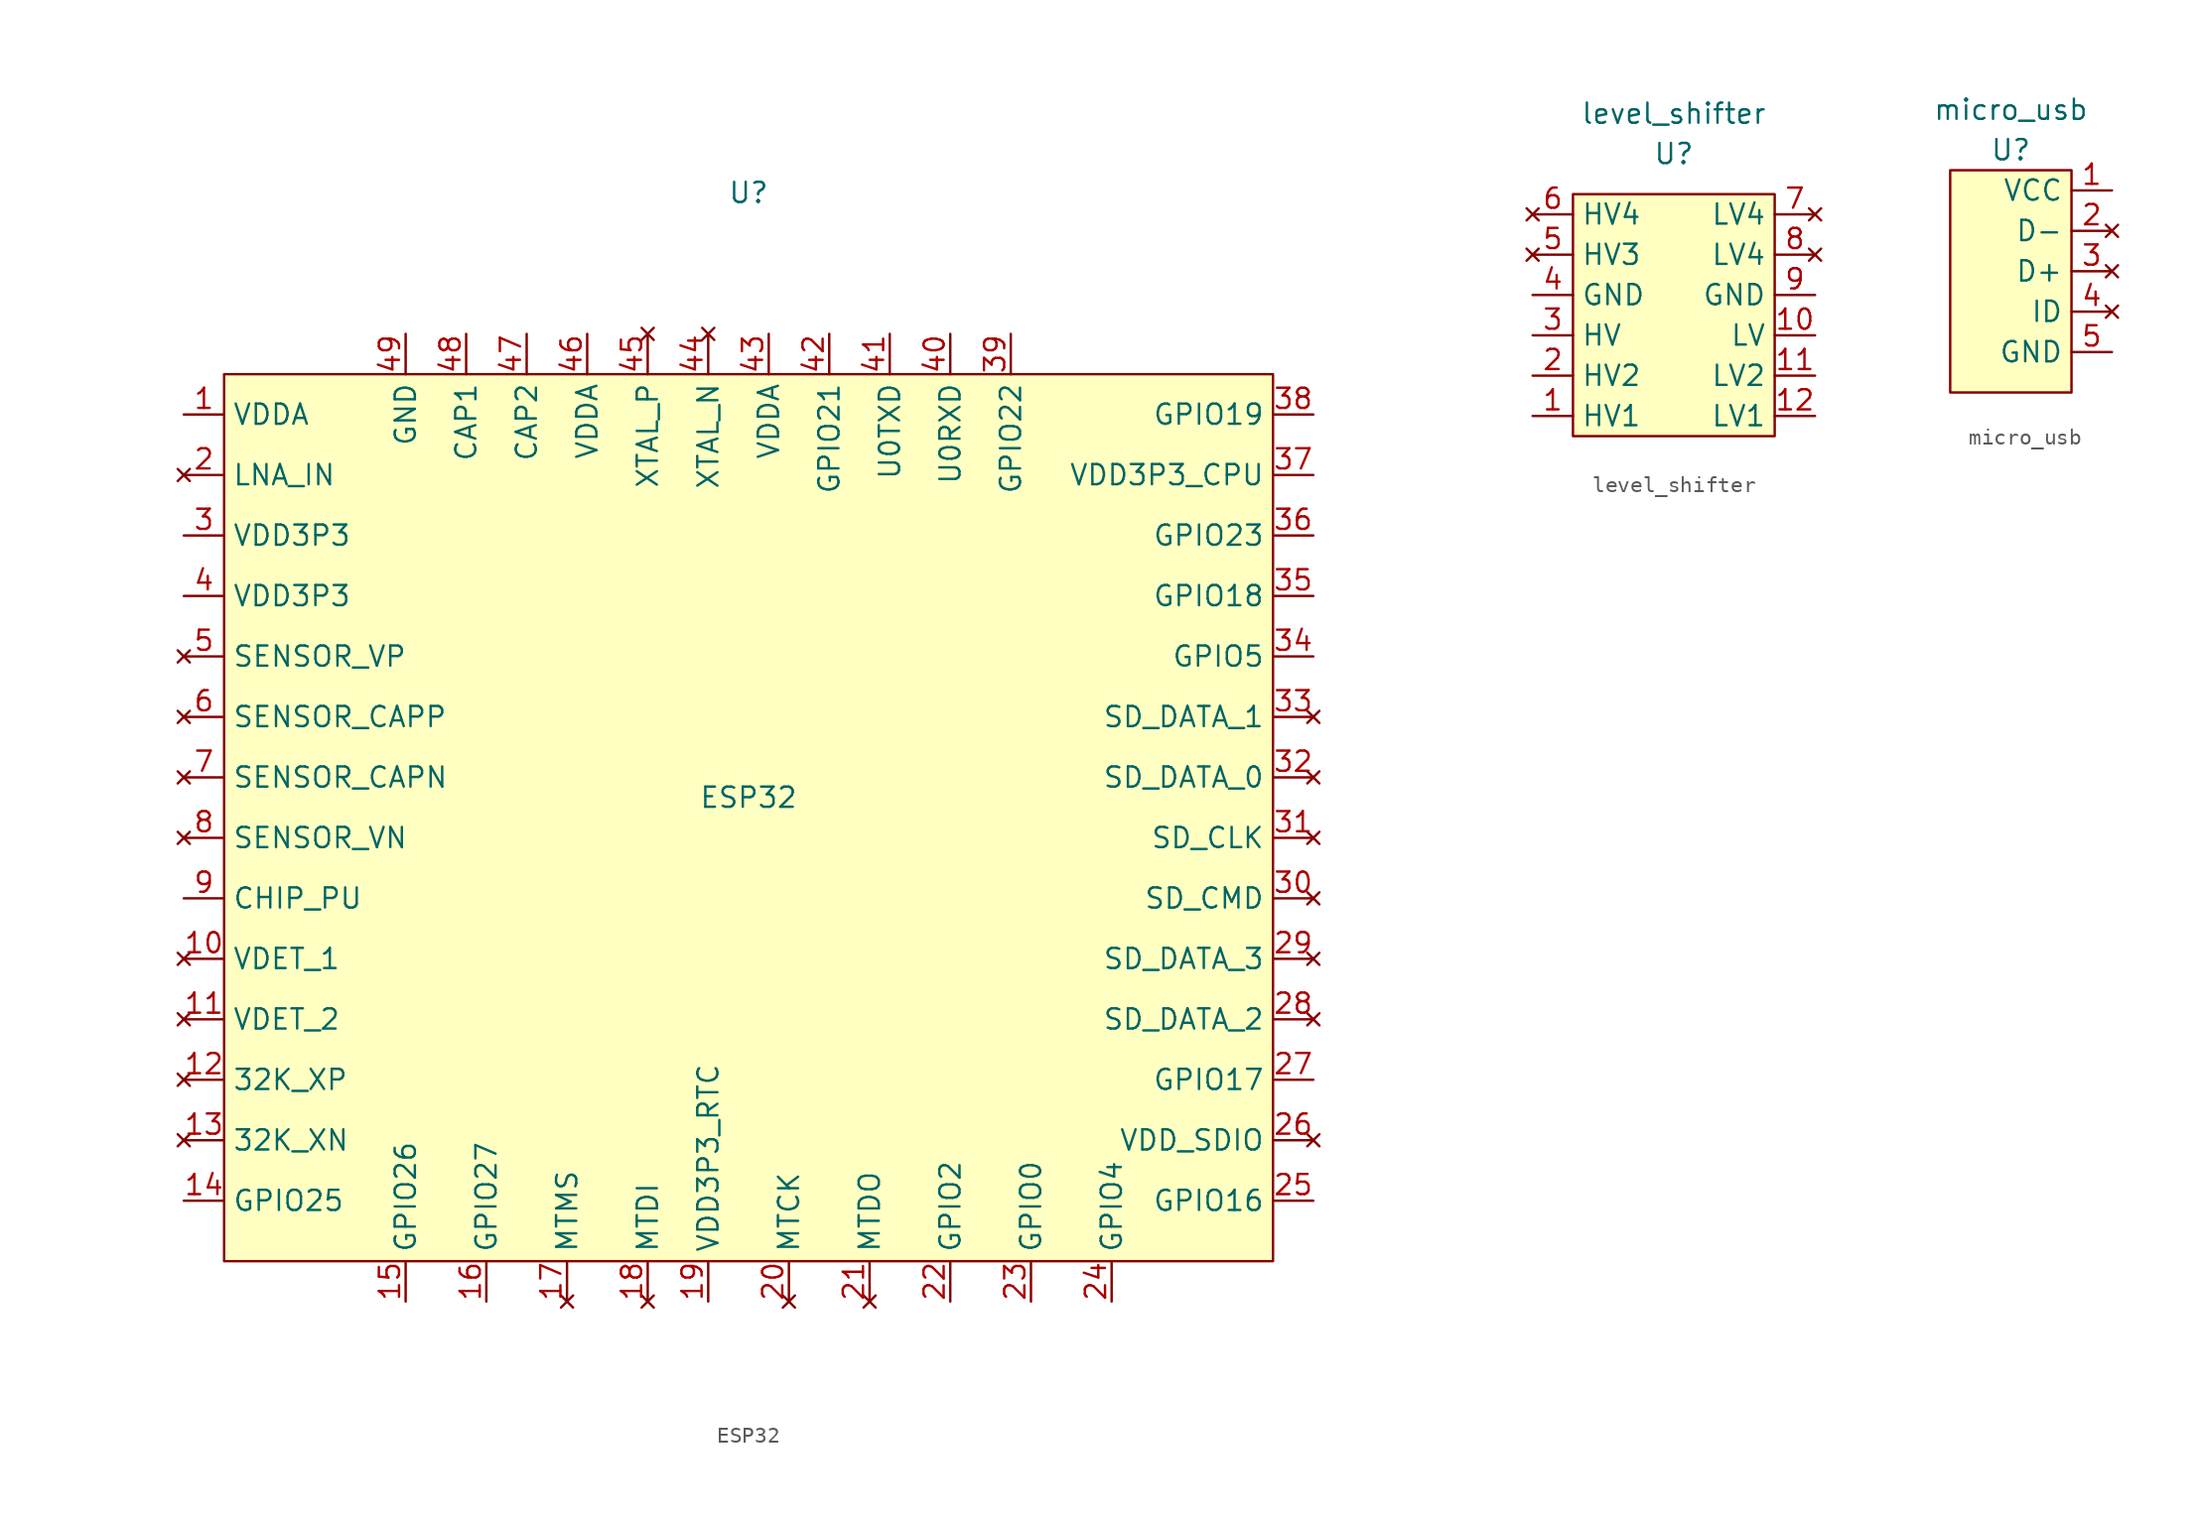
<source format=kicad_sym>
(kicad_symbol_lib
  (version 20211014)
  (generator kicad_symbol_editor)
  (symbol "ESP32"
    (property "Reference" "U"
      (at 33.02 11.43 0)
      (effects (font (size 1.27 1.27))))
    (property "Value" "ESP32"
      (at 33.02 -26.67 0)
      (effects (font (size 1.27 1.27))))
    (symbol "ESP32_0_1"
      (rectangle (start 0 0) (end 66.04 -55.88) (stroke (width 0) (type default) (color 0 0 0 0)) (fill (type background))))
    (symbol "ESP32_1_1"
      (pin power_in line (at -2.54 -2.54 0) (length 2.54) (name "VDDA" (effects (font (size 1.27 1.27)))) (number "1" (effects (font (size 1.27 1.27)))))
      (pin no_connect line (at -2.54 -36.83 0) (length 2.54) (name "VDET_1" (effects (font (size 1.27 1.27)))) (number "10" (effects (font (size 1.27 1.27)))))
      (pin no_connect line (at -2.54 -40.64 0) (length 2.54) (name "VDET_2" (effects (font (size 1.27 1.27)))) (number "11" (effects (font (size 1.27 1.27)))))
      (pin no_connect line (at -2.54 -44.45 0) (length 2.54) (name "32K_XP" (effects (font (size 1.27 1.27)))) (number "12" (effects (font (size 1.27 1.27)))))
      (pin no_connect line (at -2.54 -48.26 0) (length 2.54) (name "32K_XN" (effects (font (size 1.27 1.27)))) (number "13" (effects (font (size 1.27 1.27)))))
      (pin bidirectional line (at -2.54 -52.07 0) (length 2.54) (name "GPIO25" (effects (font (size 1.27 1.27)))) (number "14" (effects (font (size 1.27 1.27)))))
      (pin bidirectional line (at 11.43 -58.42 90) (length 2.54) (name "GPIO26" (effects (font (size 1.27 1.27)))) (number "15" (effects (font (size 1.27 1.27)))))
      (pin bidirectional line (at 16.51 -58.42 90) (length 2.54) (name "GPIO27" (effects (font (size 1.27 1.27)))) (number "16" (effects (font (size 1.27 1.27)))))
      (pin no_connect line (at 21.59 -58.42 90) (length 2.54) (name "MTMS" (effects (font (size 1.27 1.27)))) (number "17" (effects (font (size 1.27 1.27)))))
      (pin no_connect line (at 26.67 -58.42 90) (length 2.54) (name "MTDI" (effects (font (size 1.27 1.27)))) (number "18" (effects (font (size 1.27 1.27)))))
      (pin power_in line (at 30.48 -58.42 90) (length 2.54) (name "VDD3P3_RTC" (effects (font (size 1.27 1.27)))) (number "19" (effects (font (size 1.27 1.27)))))
      (pin no_connect line (at -2.54 -6.35 0) (length 2.54) (name "LNA_IN" (effects (font (size 1.27 1.27)))) (number "2" (effects (font (size 1.27 1.27)))))
      (pin no_connect line (at 35.56 -58.42 90) (length 2.54) (name "MTCK" (effects (font (size 1.27 1.27)))) (number "20" (effects (font (size 1.27 1.27)))))
      (pin no_connect line (at 40.64 -58.42 90) (length 2.54) (name "MTDO" (effects (font (size 1.27 1.27)))) (number "21" (effects (font (size 1.27 1.27)))))
      (pin bidirectional line (at 45.72 -58.42 90) (length 2.54) (name "GPIO2" (effects (font (size 1.27 1.27)))) (number "22" (effects (font (size 1.27 1.27)))))
      (pin bidirectional line (at 50.8 -58.42 90) (length 2.54) (name "GPIO0" (effects (font (size 1.27 1.27)))) (number "23" (effects (font (size 1.27 1.27)))))
      (pin bidirectional line (at 55.88 -58.42 90) (length 2.54) (name "GPIO4" (effects (font (size 1.27 1.27)))) (number "24" (effects (font (size 1.27 1.27)))))
      (pin bidirectional line (at 68.58 -52.07 180) (length 2.54) (name "GPIO16" (effects (font (size 1.27 1.27)))) (number "25" (effects (font (size 1.27 1.27)))))
      (pin no_connect line (at 68.58 -48.26 180) (length 2.54) (name "VDD_SDIO" (effects (font (size 1.27 1.27)))) (number "26" (effects (font (size 1.27 1.27)))))
      (pin bidirectional line (at 68.58 -44.45 180) (length 2.54) (name "GPIO17" (effects (font (size 1.27 1.27)))) (number "27" (effects (font (size 1.27 1.27)))))
      (pin no_connect line (at 68.58 -40.64 180) (length 2.54) (name "SD_DATA_2" (effects (font (size 1.27 1.27)))) (number "28" (effects (font (size 1.27 1.27)))))
      (pin no_connect line (at 68.58 -36.83 180) (length 2.54) (name "SD_DATA_3" (effects (font (size 1.27 1.27)))) (number "29" (effects (font (size 1.27 1.27)))))
      (pin power_in line (at -2.54 -10.16 0) (length 2.54) (name "VDD3P3" (effects (font (size 1.27 1.27)))) (number "3" (effects (font (size 1.27 1.27)))))
      (pin no_connect line (at 68.58 -33.02 180) (length 2.54) (name "SD_CMD" (effects (font (size 1.27 1.27)))) (number "30" (effects (font (size 1.27 1.27)))))
      (pin no_connect line (at 68.58 -29.21 180) (length 2.54) (name "SD_CLK" (effects (font (size 1.27 1.27)))) (number "31" (effects (font (size 1.27 1.27)))))
      (pin no_connect line (at 68.58 -25.4 180) (length 2.54) (name "SD_DATA_0" (effects (font (size 1.27 1.27)))) (number "32" (effects (font (size 1.27 1.27)))))
      (pin no_connect line (at 68.58 -21.59 180) (length 2.54) (name "SD_DATA_1" (effects (font (size 1.27 1.27)))) (number "33" (effects (font (size 1.27 1.27)))))
      (pin bidirectional line (at 68.58 -17.78 180) (length 2.54) (name "GPIO5" (effects (font (size 1.27 1.27)))) (number "34" (effects (font (size 1.27 1.27)))))
      (pin bidirectional line (at 68.58 -13.97 180) (length 2.54) (name "GPIO18" (effects (font (size 1.27 1.27)))) (number "35" (effects (font (size 1.27 1.27)))))
      (pin bidirectional line (at 68.58 -10.16 180) (length 2.54) (name "GPIO23" (effects (font (size 1.27 1.27)))) (number "36" (effects (font (size 1.27 1.27)))))
      (pin power_in line (at 68.58 -6.35 180) (length 2.54) (name "VDD3P3_CPU" (effects (font (size 1.27 1.27)))) (number "37" (effects (font (size 1.27 1.27)))))
      (pin bidirectional line (at 68.58 -2.54 180) (length 2.54) (name "GPIO19" (effects (font (size 1.27 1.27)))) (number "38" (effects (font (size 1.27 1.27)))))
      (pin bidirectional line (at 49.53 2.54 270) (length 2.54) (name "GPIO22" (effects (font (size 1.27 1.27)))) (number "39" (effects (font (size 1.27 1.27)))))
      (pin power_in line (at -2.54 -13.97 0) (length 2.54) (name "VDD3P3" (effects (font (size 1.27 1.27)))) (number "4" (effects (font (size 1.27 1.27)))))
      (pin bidirectional line (at 45.72 2.54 270) (length 2.54) (name "U0RXD" (effects (font (size 1.27 1.27)))) (number "40" (effects (font (size 1.27 1.27)))))
      (pin bidirectional line (at 41.91 2.54 270) (length 2.54) (name "U0TXD" (effects (font (size 1.27 1.27)))) (number "41" (effects (font (size 1.27 1.27)))))
      (pin bidirectional line (at 38.1 2.54 270) (length 2.54) (name "GPIO21" (effects (font (size 1.27 1.27)))) (number "42" (effects (font (size 1.27 1.27)))))
      (pin power_in line (at 34.29 2.54 270) (length 2.54) (name "VDDA" (effects (font (size 1.27 1.27)))) (number "43" (effects (font (size 1.27 1.27)))))
      (pin no_connect line (at 30.48 2.54 270) (length 2.54) (name "XTAL_N" (effects (font (size 1.27 1.27)))) (number "44" (effects (font (size 1.27 1.27)))))
      (pin no_connect line (at 26.67 2.54 270) (length 2.54) (name "XTAL_P" (effects (font (size 1.27 1.27)))) (number "45" (effects (font (size 1.27 1.27)))))
      (pin power_in line (at 22.86 2.54 270) (length 2.54) (name "VDDA" (effects (font (size 1.27 1.27)))) (number "46" (effects (font (size 1.27 1.27)))))
      (pin input line (at 19.05 2.54 270) (length 2.54) (name "CAP2" (effects (font (size 1.27 1.27)))) (number "47" (effects (font (size 1.27 1.27)))))
      (pin input line (at 15.24 2.54 270) (length 2.54) (name "CAP1" (effects (font (size 1.27 1.27)))) (number "48" (effects (font (size 1.27 1.27)))))
      (pin power_in line (at 11.43 2.54 270) (length 2.54) (name "GND" (effects (font (size 1.27 1.27)))) (number "49" (effects (font (size 1.27 1.27)))))
      (pin no_connect line (at -2.54 -17.78 0) (length 2.54) (name "SENSOR_VP" (effects (font (size 1.27 1.27)))) (number "5" (effects (font (size 1.27 1.27)))))
      (pin no_connect line (at -2.54 -21.59 0) (length 2.54) (name "SENSOR_CAPP" (effects (font (size 1.27 1.27)))) (number "6" (effects (font (size 1.27 1.27)))))
      (pin no_connect line (at -2.54 -25.4 0) (length 2.54) (name "SENSOR_CAPN" (effects (font (size 1.27 1.27)))) (number "7" (effects (font (size 1.27 1.27)))))
      (pin no_connect line (at -2.54 -29.21 0) (length 2.54) (name "SENSOR_VN" (effects (font (size 1.27 1.27)))) (number "8" (effects (font (size 1.27 1.27)))))
      (pin input line (at -2.54 -33.02 0) (length 2.54) (name "CHIP_PU" (effects (font (size 1.27 1.27)))) (number "9" (effects (font (size 1.27 1.27)))))))
  (symbol "level_shifter"
    (property "Reference" "U"
      (at 0 0 0)
      (effects (font (size 1.27 1.27))))
    (property "Value" "level_shifter"
      (at 0 2.54 0)
      (effects (font (size 1.27 1.27))))
    (symbol "level_shifter_0_1"
      (rectangle (start -6.35 -2.54) (end 6.35 -17.78) (stroke (width 0) (type default) (color 0 0 0 0)) (fill (type background))))
    (symbol "level_shifter_1_1"
      (pin bidirectional line (at -8.89 -16.51 0) (length 2.54) (name "HV1" (effects (font (size 1.27 1.27)))) (number "1" (effects (font (size 1.27 1.27)))))
      (pin power_in line (at 8.89 -11.43 180) (length 2.54) (name "LV" (effects (font (size 1.27 1.27)))) (number "10" (effects (font (size 1.27 1.27)))))
      (pin bidirectional line (at 8.89 -13.97 180) (length 2.54) (name "LV2" (effects (font (size 1.27 1.27)))) (number "11" (effects (font (size 1.27 1.27)))))
      (pin bidirectional line (at 8.89 -16.51 180) (length 2.54) (name "LV1" (effects (font (size 1.27 1.27)))) (number "12" (effects (font (size 1.27 1.27)))))
      (pin bidirectional line (at -8.89 -13.97 0) (length 2.54) (name "HV2" (effects (font (size 1.27 1.27)))) (number "2" (effects (font (size 1.27 1.27)))))
      (pin power_in line (at -8.89 -11.43 0) (length 2.54) (name "HV" (effects (font (size 1.27 1.27)))) (number "3" (effects (font (size 1.27 1.27)))))
      (pin power_out line (at -8.89 -8.89 0) (length 2.54) (name "GND" (effects (font (size 1.27 1.27)))) (number "4" (effects (font (size 1.27 1.27)))))
      (pin no_connect line (at -8.89 -6.35 0) (length 2.54) (name "HV3" (effects (font (size 1.27 1.27)))) (number "5" (effects (font (size 1.27 1.27)))))
      (pin no_connect line (at -8.89 -3.81 0) (length 2.54) (name "HV4" (effects (font (size 1.27 1.27)))) (number "6" (effects (font (size 1.27 1.27)))))
      (pin no_connect line (at 8.89 -3.81 180) (length 2.54) (name "LV4" (effects (font (size 1.27 1.27)))) (number "7" (effects (font (size 1.27 1.27)))))
      (pin no_connect line (at 8.89 -6.35 180) (length 2.54) (name "LV4" (effects (font (size 1.27 1.27)))) (number "8" (effects (font (size 1.27 1.27)))))
      (pin power_out line (at 8.89 -8.89 180) (length 2.54) (name "GND" (effects (font (size 1.27 1.27)))) (number "9" (effects (font (size 1.27 1.27)))))))
  (symbol "micro_usb"
    (property "Reference" "U"
      (at 0 0 0)
      (effects (font (size 1.27 1.27))))
    (property "Value" "micro_usb"
      (at 0 2.54 0)
      (effects (font (size 1.27 1.27))))
    (symbol "micro_usb_0_1"
      (rectangle (start -3.81 -1.27) (end 3.81 -15.24) (stroke (width 0) (type default) (color 0 0 0 0)) (fill (type background))))
    (symbol "micro_usb_1_1"
      (pin power_out line (at 6.35 -2.54 180) (length 2.54) (name "VCC" (effects (font (size 1.27 1.27)))) (number "1" (effects (font (size 1.27 1.27)))))
      (pin no_connect line (at 6.35 -5.08 180) (length 2.54) (name "D-" (effects (font (size 1.27 1.27)))) (number "2" (effects (font (size 1.27 1.27)))))
      (pin no_connect line (at 6.35 -7.62 180) (length 2.54) (name "D+" (effects (font (size 1.27 1.27)))) (number "3" (effects (font (size 1.27 1.27)))))
      (pin no_connect line (at 6.35 -10.16 180) (length 2.54) (name "ID" (effects (font (size 1.27 1.27)))) (number "4" (effects (font (size 1.27 1.27)))))
      (pin power_in line (at 6.35 -12.7 180) (length 2.54) (name "GND" (effects (font (size 1.27 1.27)))) (number "5" (effects (font (size 1.27 1.27))))))))
</source>
